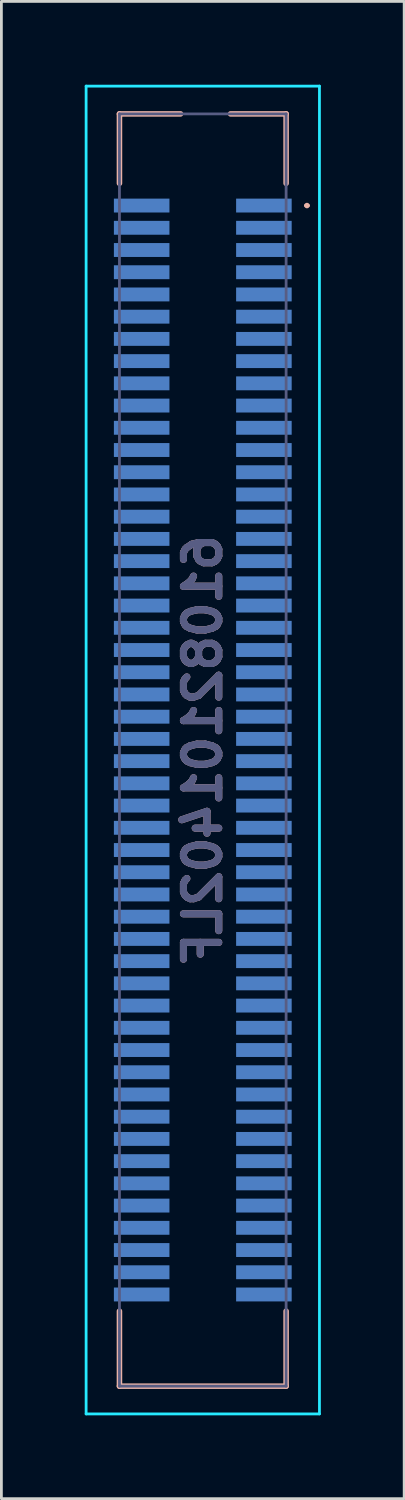
<source format=kicad_pcb>
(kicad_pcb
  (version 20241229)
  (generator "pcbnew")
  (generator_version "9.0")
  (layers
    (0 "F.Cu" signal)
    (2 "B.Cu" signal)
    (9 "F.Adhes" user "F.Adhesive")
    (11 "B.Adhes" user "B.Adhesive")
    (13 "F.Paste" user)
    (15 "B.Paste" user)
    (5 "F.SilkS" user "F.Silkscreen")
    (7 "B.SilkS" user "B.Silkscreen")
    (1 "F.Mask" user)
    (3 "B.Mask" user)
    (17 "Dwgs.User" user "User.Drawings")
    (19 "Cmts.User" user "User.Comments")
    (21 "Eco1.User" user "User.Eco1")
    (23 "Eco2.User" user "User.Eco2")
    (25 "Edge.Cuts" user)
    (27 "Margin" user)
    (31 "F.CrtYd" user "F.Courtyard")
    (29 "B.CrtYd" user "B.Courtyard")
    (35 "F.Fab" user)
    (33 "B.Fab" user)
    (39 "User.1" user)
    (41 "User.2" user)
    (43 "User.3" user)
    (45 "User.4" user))
  (footprint "61082101402LF"
    (layer "F.Cu")
    (at 4.25 23.95)
    (property "Reference" "61082101402LF" (at 0 0 270) (layer "B.SilkS") (effects (font (size 1.27 1.27) (thickness 0.254)) (justify mirror)))
    (attr through_hole)
    (fp_line (start -3 -22.9) (end -0.8 -22.9) (stroke (width 0.2) (type solid)) (layer "B.SilkS"))
    (fp_line (start -3 -20.4) (end -3 -22.9) (stroke (width 0.2) (type solid)) (layer "B.SilkS"))
    (fp_line (start -3 22.9) (end -3 20.2) (stroke (width 0.2) (type solid)) (layer "B.SilkS"))
    (fp_line (start 3 -22.9) (end 1 -22.9) (stroke (width 0.2) (type solid)) (layer "B.SilkS"))
    (fp_line (start 3 -20.4) (end 3 -22.9) (stroke (width 0.2) (type solid)) (layer "B.SilkS"))
    (fp_line (start 3 20.2) (end 3 22.9) (stroke (width 0.2) (type solid)) (layer "B.SilkS"))
    (fp_line (start 3 22.9) (end -3 22.9) (stroke (width 0.2) (type solid)) (layer "B.SilkS"))
    (fp_line (start 3.7 -19.6) (end 3.7 -19.6) (stroke (width 0.1) (type solid)) (layer "B.SilkS"))
    (fp_line (start 3.8 -19.6) (end 3.8 -19.6) (stroke (width 0.1) (type solid)) (layer "B.SilkS"))
    (fp_arc (start 3.7 -19.6) (mid 3.75 -19.65) (end 3.8 -19.6) (stroke (width 0.1) (type solid)) (layer "B.SilkS"))
    (fp_arc (start 3.8 -19.6) (mid 3.75 -19.55) (end 3.7 -19.6) (stroke (width 0.1) (type solid)) (layer "B.SilkS"))
    (fp_line (start -4.2 -23.9) (end -4.2 23.9) (stroke (width 0.1) (type solid)) (layer "B.CrtYd"))
    (fp_line (start -4.2 23.9) (end 4.2 23.9) (stroke (width 0.1) (type solid)) (layer "B.CrtYd"))
    (fp_line (start 4.2 -23.9) (end -4.2 -23.9) (stroke (width 0.1) (type solid)) (layer "B.CrtYd"))
    (fp_line (start 4.2 23.9) (end 4.2 -23.9) (stroke (width 0.1) (type solid)) (layer "B.CrtYd"))
    (fp_line (start -3 -22.9) (end -3 22.9) (stroke (width 0.1) (type solid)) (layer "B.Fab"))
    (fp_line (start -3 22.9) (end 3 22.9) (stroke (width 0.1) (type solid)) (layer "B.Fab"))
    (fp_line (start 3 -22.9) (end -3 -22.9) (stroke (width 0.1) (type solid)) (layer "B.Fab"))
    (fp_line (start 3 22.9) (end 3 -22.9) (stroke (width 0.1) (type solid)) (layer "B.Fab"))
    (fp_text user "${REFERENCE}" (at 0 0 270) (layer "B.Fab") (effects (font (size 1.27 1.27) (thickness 0.254)) (justify mirror)))
    (pad "" np_thru_hole circle (at 0 -22.1 270) (size 0.001 0.001) (drill 1.2) (layers "*.Cu" "*.Mask"))
    (pad "" np_thru_hole circle (at 0 22.1 270) (size 0.001 0.001) (drill 0.8) (layers "*.Cu" "*.Mask"))
    (pad "1" smd rect (at 2.2 -19.6 270) (size 0.5 2) (layers "B.Cu" "B.Mask" "B.Paste"))
    (pad "2" smd rect (at -2.2 -19.6 270) (size 0.5 2) (layers "B.Cu" "B.Mask" "B.Paste"))
    (pad "3" smd rect (at 2.2 -18.8 270) (size 0.5 2) (layers "B.Cu" "B.Mask" "B.Paste"))
    (pad "4" smd rect (at -2.2 -18.8 270) (size 0.5 2) (layers "B.Cu" "B.Mask" "B.Paste"))
    (pad "5" smd rect (at 2.2 -18 270) (size 0.5 2) (layers "B.Cu" "B.Mask" "B.Paste"))
    (pad "6" smd rect (at -2.2 -18 270) (size 0.5 2) (layers "B.Cu" "B.Mask" "B.Paste"))
    (pad "7" smd rect (at 2.2 -17.2 270) (size 0.5 2) (layers "B.Cu" "B.Mask" "B.Paste"))
    (pad "8" smd rect (at -2.2 -17.2 270) (size 0.5 2) (layers "B.Cu" "B.Mask" "B.Paste"))
    (pad "9" smd rect (at 2.2 -16.4 270) (size 0.5 2) (layers "B.Cu" "B.Mask" "B.Paste"))
    (pad "10" smd rect (at -2.2 -16.4 270) (size 0.5 2) (layers "B.Cu" "B.Mask" "B.Paste"))
    (pad "11" smd rect (at 2.2 -15.6 270) (size 0.5 2) (layers "B.Cu" "B.Mask" "B.Paste"))
    (pad "12" smd rect (at -2.2 -15.6 270) (size 0.5 2) (layers "B.Cu" "B.Mask" "B.Paste"))
    (pad "13" smd rect (at 2.2 -14.8 270) (size 0.5 2) (layers "B.Cu" "B.Mask" "B.Paste"))
    (pad "14" smd rect (at -2.2 -14.8 270) (size 0.5 2) (layers "B.Cu" "B.Mask" "B.Paste"))
    (pad "15" smd rect (at 2.2 -14 270) (size 0.5 2) (layers "B.Cu" "B.Mask" "B.Paste"))
    (pad "16" smd rect (at -2.2 -14 270) (size 0.5 2) (layers "B.Cu" "B.Mask" "B.Paste"))
    (pad "17" smd rect (at 2.2 -13.2 270) (size 0.5 2) (layers "B.Cu" "B.Mask" "B.Paste"))
    (pad "18" smd rect (at -2.2 -13.2 270) (size 0.5 2) (layers "B.Cu" "B.Mask" "B.Paste"))
    (pad "19" smd rect (at 2.2 -12.4 270) (size 0.5 2) (layers "B.Cu" "B.Mask" "B.Paste"))
    (pad "20" smd rect (at -2.2 -12.4 270) (size 0.5 2) (layers "B.Cu" "B.Mask" "B.Paste"))
    (pad "21" smd rect (at 2.2 -11.6 270) (size 0.5 2) (layers "B.Cu" "B.Mask" "B.Paste"))
    (pad "22" smd rect (at -2.2 -11.6 270) (size 0.5 2) (layers "B.Cu" "B.Mask" "B.Paste"))
    (pad "23" smd rect (at 2.2 -10.8 270) (size 0.5 2) (layers "B.Cu" "B.Mask" "B.Paste"))
    (pad "24" smd rect (at -2.2 -10.8 270) (size 0.5 2) (layers "B.Cu" "B.Mask" "B.Paste"))
    (pad "25" smd rect (at 2.2 -10 270) (size 0.5 2) (layers "B.Cu" "B.Mask" "B.Paste"))
    (pad "26" smd rect (at -2.2 -10 270) (size 0.5 2) (layers "B.Cu" "B.Mask" "B.Paste"))
    (pad "27" smd rect (at 2.2 -9.2 270) (size 0.5 2) (layers "B.Cu" "B.Mask" "B.Paste"))
    (pad "28" smd rect (at -2.2 -9.2 270) (size 0.5 2) (layers "B.Cu" "B.Mask" "B.Paste"))
    (pad "29" smd rect (at 2.2 -8.4 270) (size 0.5 2) (layers "B.Cu" "B.Mask" "B.Paste"))
    (pad "30" smd rect (at -2.2 -8.4 270) (size 0.5 2) (layers "B.Cu" "B.Mask" "B.Paste"))
    (pad "31" smd rect (at 2.2 -7.6 270) (size 0.5 2) (layers "B.Cu" "B.Mask" "B.Paste"))
    (pad "32" smd rect (at -2.2 -7.6 270) (size 0.5 2) (layers "B.Cu" "B.Mask" "B.Paste"))
    (pad "33" smd rect (at 2.2 -6.8 270) (size 0.5 2) (layers "B.Cu" "B.Mask" "B.Paste"))
    (pad "34" smd rect (at -2.2 -6.8 270) (size 0.5 2) (layers "B.Cu" "B.Mask" "B.Paste"))
    (pad "35" smd rect (at 2.2 -6 270) (size 0.5 2) (layers "B.Cu" "B.Mask" "B.Paste"))
    (pad "36" smd rect (at -2.2 -6 270) (size 0.5 2) (layers "B.Cu" "B.Mask" "B.Paste"))
    (pad "37" smd rect (at 2.2 -5.2 270) (size 0.5 2) (layers "B.Cu" "B.Mask" "B.Paste"))
    (pad "38" smd rect (at -2.2 -5.2 270) (size 0.5 2) (layers "B.Cu" "B.Mask" "B.Paste"))
    (pad "39" smd rect (at 2.2 -4.4 270) (size 0.5 2) (layers "B.Cu" "B.Mask" "B.Paste"))
    (pad "40" smd rect (at -2.2 -4.4 270) (size 0.5 2) (layers "B.Cu" "B.Mask" "B.Paste"))
    (pad "41" smd rect (at 2.2 -3.6 270) (size 0.5 2) (layers "B.Cu" "B.Mask" "B.Paste"))
    (pad "42" smd rect (at -2.2 -3.6 270) (size 0.5 2) (layers "B.Cu" "B.Mask" "B.Paste"))
    (pad "43" smd rect (at 2.2 -2.8 270) (size 0.5 2) (layers "B.Cu" "B.Mask" "B.Paste"))
    (pad "44" smd rect (at -2.2 -2.8 270) (size 0.5 2) (layers "B.Cu" "B.Mask" "B.Paste"))
    (pad "45" smd rect (at 2.2 -2 270) (size 0.5 2) (layers "B.Cu" "B.Mask" "B.Paste"))
    (pad "46" smd rect (at -2.2 -2 270) (size 0.5 2) (layers "B.Cu" "B.Mask" "B.Paste"))
    (pad "47" smd rect (at 2.2 -1.2 270) (size 0.5 2) (layers "B.Cu" "B.Mask" "B.Paste"))
    (pad "48" smd rect (at -2.2 -1.2 270) (size 0.5 2) (layers "B.Cu" "B.Mask" "B.Paste"))
    (pad "49" smd rect (at 2.2 -0.4 270) (size 0.5 2) (layers "B.Cu" "B.Mask" "B.Paste"))
    (pad "50" smd rect (at -2.2 -0.4 270) (size 0.5 2) (layers "B.Cu" "B.Mask" "B.Paste"))
    (pad "51" smd rect (at 2.2 0.4 270) (size 0.5 2) (layers "B.Cu" "B.Mask" "B.Paste"))
    (pad "52" smd rect (at -2.2 0.4 270) (size 0.5 2) (layers "B.Cu" "B.Mask" "B.Paste"))
    (pad "53" smd rect (at 2.2 1.2 270) (size 0.5 2) (layers "B.Cu" "B.Mask" "B.Paste"))
    (pad "54" smd rect (at -2.2 1.2 270) (size 0.5 2) (layers "B.Cu" "B.Mask" "B.Paste"))
    (pad "55" smd rect (at 2.2 2 270) (size 0.5 2) (layers "B.Cu" "B.Mask" "B.Paste"))
    (pad "56" smd rect (at -2.2 2 270) (size 0.5 2) (layers "B.Cu" "B.Mask" "B.Paste"))
    (pad "57" smd rect (at 2.2 2.8 270) (size 0.5 2) (layers "B.Cu" "B.Mask" "B.Paste"))
    (pad "58" smd rect (at -2.2 2.8 270) (size 0.5 2) (layers "B.Cu" "B.Mask" "B.Paste"))
    (pad "59" smd rect (at 2.2 3.6 270) (size 0.5 2) (layers "B.Cu" "B.Mask" "B.Paste"))
    (pad "60" smd rect (at -2.2 3.6 270) (size 0.5 2) (layers "B.Cu" "B.Mask" "B.Paste"))
    (pad "61" smd rect (at 2.2 4.4 270) (size 0.5 2) (layers "B.Cu" "B.Mask" "B.Paste"))
    (pad "62" smd rect (at -2.2 4.4 270) (size 0.5 2) (layers "B.Cu" "B.Mask" "B.Paste"))
    (pad "63" smd rect (at 2.2 5.2 270) (size 0.5 2) (layers "B.Cu" "B.Mask" "B.Paste"))
    (pad "64" smd rect (at -2.2 5.2 270) (size 0.5 2) (layers "B.Cu" "B.Mask" "B.Paste"))
    (pad "65" smd rect (at 2.2 6 270) (size 0.5 2) (layers "B.Cu" "B.Mask" "B.Paste"))
    (pad "66" smd rect (at -2.2 6 270) (size 0.5 2) (layers "B.Cu" "B.Mask" "B.Paste"))
    (pad "67" smd rect (at 2.2 6.8 270) (size 0.5 2) (layers "B.Cu" "B.Mask" "B.Paste"))
    (pad "68" smd rect (at -2.2 6.8 270) (size 0.5 2) (layers "B.Cu" "B.Mask" "B.Paste"))
    (pad "69" smd rect (at 2.2 7.6 270) (size 0.5 2) (layers "B.Cu" "B.Mask" "B.Paste"))
    (pad "70" smd rect (at -2.2 7.6 270) (size 0.5 2) (layers "B.Cu" "B.Mask" "B.Paste"))
    (pad "71" smd rect (at 2.2 8.4 270) (size 0.5 2) (layers "B.Cu" "B.Mask" "B.Paste"))
    (pad "72" smd rect (at -2.2 8.4 270) (size 0.5 2) (layers "B.Cu" "B.Mask" "B.Paste"))
    (pad "73" smd rect (at 2.2 9.2 270) (size 0.5 2) (layers "B.Cu" "B.Mask" "B.Paste"))
    (pad "74" smd rect (at -2.2 9.2 270) (size 0.5 2) (layers "B.Cu" "B.Mask" "B.Paste"))
    (pad "75" smd rect (at 2.2 10 270) (size 0.5 2) (layers "B.Cu" "B.Mask" "B.Paste"))
    (pad "76" smd rect (at -2.2 10 270) (size 0.5 2) (layers "B.Cu" "B.Mask" "B.Paste"))
    (pad "77" smd rect (at 2.2 10.8 270) (size 0.5 2) (layers "B.Cu" "B.Mask" "B.Paste"))
    (pad "78" smd rect (at -2.2 10.8 270) (size 0.5 2) (layers "B.Cu" "B.Mask" "B.Paste"))
    (pad "79" smd rect (at 2.2 11.6 270) (size 0.5 2) (layers "B.Cu" "B.Mask" "B.Paste"))
    (pad "80" smd rect (at -2.2 11.6 270) (size 0.5 2) (layers "B.Cu" "B.Mask" "B.Paste"))
    (pad "81" smd rect (at 2.2 12.4 270) (size 0.5 2) (layers "B.Cu" "B.Mask" "B.Paste"))
    (pad "82" smd rect (at -2.2 12.4 270) (size 0.5 2) (layers "B.Cu" "B.Mask" "B.Paste"))
    (pad "83" smd rect (at 2.2 13.2 270) (size 0.5 2) (layers "B.Cu" "B.Mask" "B.Paste"))
    (pad "84" smd rect (at -2.2 13.2 270) (size 0.5 2) (layers "B.Cu" "B.Mask" "B.Paste"))
    (pad "85" smd rect (at 2.2 14 270) (size 0.5 2) (layers "B.Cu" "B.Mask" "B.Paste"))
    (pad "86" smd rect (at -2.2 14 270) (size 0.5 2) (layers "B.Cu" "B.Mask" "B.Paste"))
    (pad "87" smd rect (at 2.2 14.8 270) (size 0.5 2) (layers "B.Cu" "B.Mask" "B.Paste"))
    (pad "88" smd rect (at -2.2 14.8 270) (size 0.5 2) (layers "B.Cu" "B.Mask" "B.Paste"))
    (pad "89" smd rect (at 2.2 15.6 270) (size 0.5 2) (layers "B.Cu" "B.Mask" "B.Paste"))
    (pad "90" smd rect (at -2.2 15.6 270) (size 0.5 2) (layers "B.Cu" "B.Mask" "B.Paste"))
    (pad "91" smd rect (at 2.2 16.4 270) (size 0.5 2) (layers "B.Cu" "B.Mask" "B.Paste"))
    (pad "92" smd rect (at -2.2 16.4 270) (size 0.5 2) (layers "B.Cu" "B.Mask" "B.Paste"))
    (pad "93" smd rect (at 2.2 17.2 270) (size 0.5 2) (layers "B.Cu" "B.Mask" "B.Paste"))
    (pad "94" smd rect (at -2.2 17.2 270) (size 0.5 2) (layers "B.Cu" "B.Mask" "B.Paste"))
    (pad "95" smd rect (at 2.2 18 270) (size 0.5 2) (layers "B.Cu" "B.Mask" "B.Paste"))
    (pad "96" smd rect (at -2.2 18 270) (size 0.5 2) (layers "B.Cu" "B.Mask" "B.Paste"))
    (pad "97" smd rect (at 2.2 18.8 270) (size 0.5 2) (layers "B.Cu" "B.Mask" "B.Paste"))
    (pad "98" smd rect (at -2.2 18.8 270) (size 0.5 2) (layers "B.Cu" "B.Mask" "B.Paste"))
    (pad "99" smd rect (at 2.2 19.6 270) (size 0.5 2) (layers "B.Cu" "B.Mask" "B.Paste"))
    (pad "100" smd rect (at -2.2 19.6 270) (size 0.5 2) (layers "B.Cu" "B.Mask" "B.Paste")))
  (gr_rect
    (start -3 -3)
    (end 11.5 50.9)
    (stroke (width 0.1) (type default))
    (fill no)
    (layer "Edge.Cuts")))
</source>
